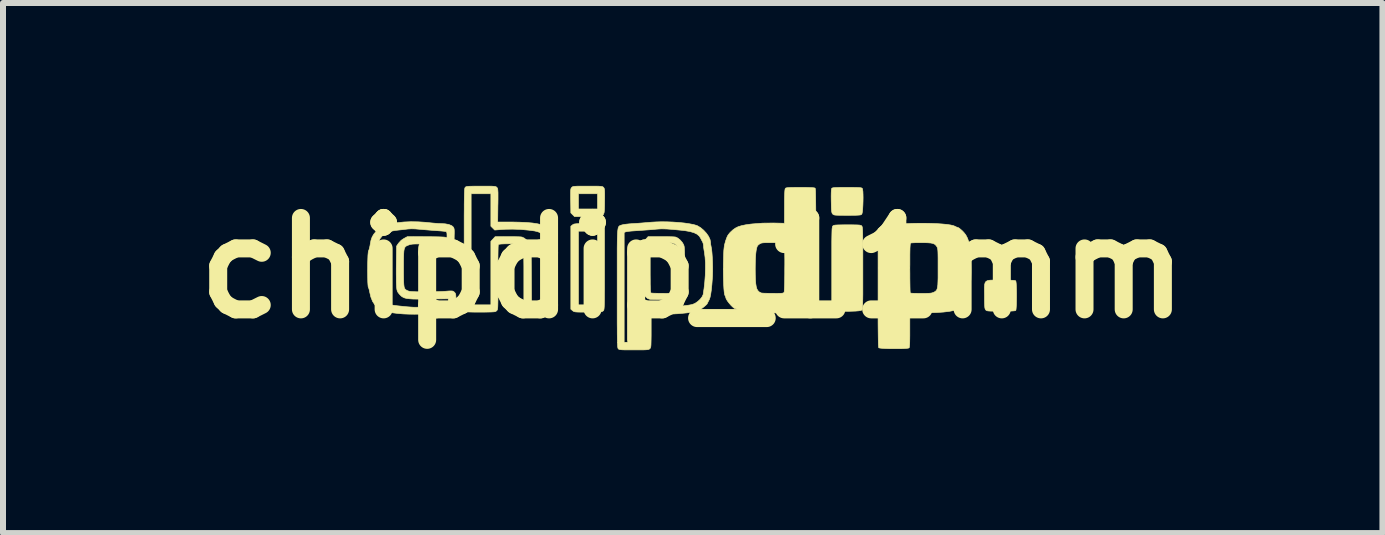
<source format=kicad_pcb>
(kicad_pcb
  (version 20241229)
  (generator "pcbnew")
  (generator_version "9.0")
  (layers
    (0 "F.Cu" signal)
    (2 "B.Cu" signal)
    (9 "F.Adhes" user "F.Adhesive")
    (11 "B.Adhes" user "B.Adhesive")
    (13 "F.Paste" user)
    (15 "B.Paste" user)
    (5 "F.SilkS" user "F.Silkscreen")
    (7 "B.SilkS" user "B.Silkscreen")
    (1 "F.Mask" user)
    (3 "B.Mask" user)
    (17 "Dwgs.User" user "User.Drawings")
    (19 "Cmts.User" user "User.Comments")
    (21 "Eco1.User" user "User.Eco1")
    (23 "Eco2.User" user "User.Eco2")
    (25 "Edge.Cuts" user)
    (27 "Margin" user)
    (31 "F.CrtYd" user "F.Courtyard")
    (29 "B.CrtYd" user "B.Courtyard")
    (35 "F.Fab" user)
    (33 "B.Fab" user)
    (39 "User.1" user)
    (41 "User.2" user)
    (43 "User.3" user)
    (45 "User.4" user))
  (footprint "chipdip_11mm"
    (layer "F.Cu")
    (at 8.498 1.418)
    (property "Reference" "chipdip_11mm" (at 0 0 0) (layer "F.SilkS") (effects (font (size 1.524 1.524) (thickness 0.3))))
    (attr through_hole)
    (fp_poly (pts (xy 5.079 0.201) (xy 5.143 0.201) (xy 5.227 0.201) (xy 5.292 0.203) (xy 5.338 0.205) (xy 5.368 0.208) (xy 5.383 0.213) (xy 5.385 0.214) (xy 5.389 0.229) (xy 5.393 0.261) (xy 5.395 0.306) (xy 5.397 0.362) (xy 5.398 0.423) (xy 5.398 0.487) (xy 5.397 0.549) (xy 5.396 0.606) (xy 5.393 0.653) (xy 5.39 0.688) (xy 5.386 0.706) (xy 5.385 0.707) (xy 5.373 0.712) (xy 5.346 0.715) (xy 5.304 0.718) (xy 5.243 0.719) (xy 5.164 0.72) (xy 5.138 0.72) (xy 5.061 0.72) (xy 5.003 0.719) (xy 4.96 0.718) (xy 4.93 0.716) (xy 4.91 0.713) (xy 4.898 0.709) (xy 4.889 0.703) (xy 4.884 0.698) (xy 4.878 0.689) (xy 4.873 0.677) (xy 4.869 0.657) (xy 4.867 0.628) (xy 4.865 0.586) (xy 4.864 0.529) (xy 4.864 0.459) (xy 4.863 0.381) (xy 4.863 0.321) (xy 4.866 0.276) (xy 4.875 0.243) (xy 4.891 0.222) (xy 4.917 0.209) (xy 4.955 0.203) (xy 5.009 0.201) (xy 5.079 0.201)) (stroke (width 0.01) (type solid)) (fill yes) (layer "F.SilkS"))
    (fp_poly (pts (xy 2.651 -1.344) (xy 2.711 -1.343) (xy 2.755 -1.342) (xy 2.786 -1.34) (xy 2.807 -1.337) (xy 2.819 -1.333) (xy 2.827 -1.327) (xy 2.827 -1.327) (xy 2.832 -1.309) (xy 2.837 -1.275) (xy 2.839 -1.227) (xy 2.84 -1.171) (xy 2.839 -1.112) (xy 2.837 -1.052) (xy 2.834 -0.996) (xy 2.83 -0.949) (xy 2.824 -0.914) (xy 2.818 -0.897) (xy 2.81 -0.891) (xy 2.799 -0.886) (xy 2.78 -0.883) (xy 2.752 -0.881) (xy 2.711 -0.879) (xy 2.654 -0.879) (xy 2.58 -0.878) (xy 2.577 -0.878) (xy 2.502 -0.879) (xy 2.446 -0.879) (xy 2.405 -0.88) (xy 2.377 -0.882) (xy 2.358 -0.885) (xy 2.346 -0.89) (xy 2.337 -0.896) (xy 2.333 -0.901) (xy 2.325 -0.911) (xy 2.32 -0.924) (xy 2.316 -0.944) (xy 2.313 -0.975) (xy 2.311 -1.018) (xy 2.31 -1.077) (xy 2.309 -1.118) (xy 2.308 -1.196) (xy 2.309 -1.255) (xy 2.311 -1.296) (xy 2.315 -1.32) (xy 2.318 -1.329) (xy 2.326 -1.334) (xy 2.342 -1.338) (xy 2.367 -1.341) (xy 2.406 -1.342) (xy 2.459 -1.344) (xy 2.53 -1.344) (xy 2.572 -1.344) (xy 2.651 -1.344)) (stroke (width 0.01) (type solid)) (fill yes) (layer "F.SilkS"))
    (fp_poly (pts (xy -1.673 -1.365) (xy -1.613 -1.365) (xy -1.569 -1.364) (xy -1.538 -1.362) (xy -1.516 -1.359) (xy -1.502 -1.356) (xy -1.493 -1.35) (xy -1.486 -1.343) (xy -1.486 -1.343) (xy -1.479 -1.334) (xy -1.474 -1.322) (xy -1.471 -1.305) (xy -1.469 -1.279) (xy -1.468 -1.241) (xy -1.468 -1.188) (xy -1.469 -1.117) (xy -1.469 -1.113) (xy -1.47 -1.035) (xy -1.472 -0.974) (xy -1.476 -0.929) (xy -1.486 -0.897) (xy -1.503 -0.876) (xy -1.53 -0.864) (xy -1.57 -0.858) (xy -1.625 -0.857) (xy -1.698 -0.857) (xy -1.744 -0.857) (xy -1.97 -0.857) (xy -2.001 -0.888) (xy -2.032 -0.919) (xy -2.034 -1.076) (xy -2.036 -1.154) (xy -2.036 -1.213) (xy -2.036 -1.238) (xy -1.905 -1.238) (xy -1.905 -0.984) (xy -1.587 -0.984) (xy -1.587 -1.238) (xy -1.905 -1.238) (xy -2.036 -1.238) (xy -2.036 -1.257) (xy -2.035 -1.289) (xy -2.033 -1.31) (xy -2.03 -1.324) (xy -2.025 -1.334) (xy -2.018 -1.342) (xy -2.016 -1.344) (xy -2.009 -1.351) (xy -2 -1.356) (xy -1.985 -1.36) (xy -1.963 -1.362) (xy -1.931 -1.364) (xy -1.885 -1.365) (xy -1.824 -1.365) (xy -1.752 -1.365) (xy -1.673 -1.365)) (stroke (width 0.01) (type solid)) (fill yes) (layer "F.SilkS"))
    (fp_poly (pts (xy -1.671 -0.741) (xy -1.614 -0.74) (xy -1.573 -0.739) (xy -1.543 -0.738) (xy -1.524 -0.735) (xy -1.511 -0.73) (xy -1.502 -0.724) (xy -1.494 -0.716) (xy -1.471 -0.692) (xy -1.471 0.002) (xy -1.471 0.14) (xy -1.471 0.258) (xy -1.471 0.359) (xy -1.472 0.443) (xy -1.472 0.512) (xy -1.473 0.567) (xy -1.474 0.611) (xy -1.475 0.644) (xy -1.477 0.669) (xy -1.479 0.686) (xy -1.482 0.698) (xy -1.485 0.706) (xy -1.489 0.711) (xy -1.493 0.715) (xy -1.502 0.721) (xy -1.514 0.726) (xy -1.532 0.73) (xy -1.559 0.732) (xy -1.598 0.734) (xy -1.652 0.735) (xy -1.724 0.735) (xy -1.744 0.735) (xy -1.819 0.735) (xy -1.876 0.735) (xy -1.918 0.734) (xy -1.948 0.732) (xy -1.968 0.729) (xy -1.982 0.725) (xy -1.993 0.718) (xy -2.003 0.711) (xy -2.032 0.686) (xy -2.032 -0.614) (xy -1.905 -0.614) (xy -1.905 0.614) (xy -1.587 0.614) (xy -1.587 -0.614) (xy -1.905 -0.614) (xy -2.032 -0.614) (xy -2.032 -0.697) (xy -2.004 -0.719) (xy -1.994 -0.726) (xy -1.982 -0.732) (xy -1.965 -0.735) (xy -1.94 -0.738) (xy -1.905 -0.74) (xy -1.856 -0.741) (xy -1.791 -0.741) (xy -1.747 -0.741) (xy -1.671 -0.741)) (stroke (width 0.01) (type solid)) (fill yes) (layer "F.SilkS"))
    (fp_poly (pts (xy 2.654 -0.72) (xy 2.71 -0.719) (xy 2.751 -0.718) (xy 2.779 -0.716) (xy 2.798 -0.712) (xy 2.81 -0.708) (xy 2.818 -0.701) (xy 2.819 -0.7) (xy 2.822 -0.695) (xy 2.825 -0.686) (xy 2.828 -0.673) (xy 2.83 -0.653) (xy 2.832 -0.625) (xy 2.833 -0.588) (xy 2.834 -0.539) (xy 2.835 -0.478) (xy 2.836 -0.403) (xy 2.836 -0.312) (xy 2.836 -0.204) (xy 2.836 -0.078) (xy 2.836 0.002) (xy 2.836 0.139) (xy 2.836 0.257) (xy 2.836 0.356) (xy 2.836 0.439) (xy 2.835 0.507) (xy 2.834 0.562) (xy 2.833 0.605) (xy 2.832 0.638) (xy 2.83 0.662) (xy 2.827 0.679) (xy 2.825 0.69) (xy 2.821 0.697) (xy 2.818 0.701) (xy 2.817 0.702) (xy 2.799 0.709) (xy 2.764 0.714) (xy 2.716 0.718) (xy 2.658 0.72) (xy 2.596 0.722) (xy 2.533 0.721) (xy 2.472 0.72) (xy 2.418 0.717) (xy 2.376 0.712) (xy 2.348 0.706) (xy 2.341 0.703) (xy 2.318 0.687) (xy 2.318 0.001) (xy 2.318 -0.137) (xy 2.318 -0.254) (xy 2.318 -0.354) (xy 2.318 -0.438) (xy 2.319 -0.506) (xy 2.32 -0.561) (xy 2.321 -0.604) (xy 2.322 -0.637) (xy 2.324 -0.661) (xy 2.327 -0.678) (xy 2.329 -0.689) (xy 2.332 -0.697) (xy 2.336 -0.701) (xy 2.337 -0.702) (xy 2.346 -0.708) (xy 2.36 -0.713) (xy 2.382 -0.716) (xy 2.414 -0.718) (xy 2.46 -0.719) (xy 2.523 -0.72) (xy 2.579 -0.72) (xy 2.654 -0.72)) (stroke (width 0.01) (type solid)) (fill yes) (layer "F.SilkS"))
    (fp_poly (pts (xy -0.461 -0.523) (xy -0.399 -0.522) (xy -0.347 -0.521) (xy -0.308 -0.519) (xy -0.285 -0.516) (xy -0.283 -0.516) (xy -0.247 -0.498) (xy -0.208 -0.466) (xy -0.174 -0.427) (xy -0.157 -0.398) (xy -0.151 -0.386) (xy -0.146 -0.372) (xy -0.142 -0.356) (xy -0.14 -0.334) (xy -0.138 -0.304) (xy -0.136 -0.263) (xy -0.135 -0.21) (xy -0.135 -0.142) (xy -0.135 -0.057) (xy -0.135 0.006) (xy -0.135 0.106) (xy -0.135 0.186) (xy -0.136 0.251) (xy -0.138 0.301) (xy -0.141 0.34) (xy -0.145 0.369) (xy -0.152 0.392) (xy -0.16 0.41) (xy -0.172 0.426) (xy -0.186 0.443) (xy -0.2 0.459) (xy -0.221 0.48) (xy -0.241 0.496) (xy -0.265 0.507) (xy -0.296 0.515) (xy -0.336 0.52) (xy -0.39 0.523) (xy -0.461 0.524) (xy -0.482 0.525) (xy -0.546 0.525) (xy -0.606 0.525) (xy -0.656 0.524) (xy -0.694 0.523) (xy -0.711 0.522) (xy -0.748 0.51) (xy -0.782 0.482) (xy -0.783 0.481) (xy -0.815 0.444) (xy -0.815 0.00025) (xy -0.709 0.00025) (xy -0.709 0.11) (xy -0.708 0.199) (xy -0.708 0.271) (xy -0.706 0.326) (xy -0.705 0.367) (xy -0.702 0.394) (xy -0.699 0.41) (xy -0.696 0.416) (xy -0.681 0.418) (xy -0.649 0.42) (xy -0.604 0.421) (xy -0.549 0.422) (xy -0.511 0.422) (xy -0.446 0.423) (xy -0.398 0.422) (xy -0.364 0.42) (xy -0.339 0.416) (xy -0.321 0.411) (xy -0.306 0.403) (xy -0.304 0.402) (xy -0.284 0.39) (xy -0.269 0.376) (xy -0.257 0.359) (xy -0.248 0.336) (xy -0.241 0.306) (xy -0.237 0.265) (xy -0.235 0.211) (xy -0.234 0.142) (xy -0.234 0.056) (xy -0.235 -0.011) (xy -0.236 -0.115) (xy -0.238 -0.2) (xy -0.242 -0.268) (xy -0.249 -0.32) (xy -0.26 -0.359) (xy -0.278 -0.387) (xy -0.303 -0.405) (xy -0.336 -0.416) (xy -0.379 -0.422) (xy -0.433 -0.423) (xy -0.499 -0.423) (xy -0.506 -0.423) (xy -0.565 -0.423) (xy -0.617 -0.422) (xy -0.658 -0.42) (xy -0.685 -0.418) (xy -0.692 -0.417) (xy -0.697 -0.413) (xy -0.7 -0.405) (xy -0.703 -0.39) (xy -0.705 -0.367) (xy -0.707 -0.333) (xy -0.708 -0.287) (xy -0.708 -0.226) (xy -0.709 -0.15) (xy -0.709 -0.054) (xy -0.709 0.00025) (xy -0.815 0.00025) (xy -0.815 -0.445) (xy -0.779 -0.484) (xy -0.744 -0.523) (xy -0.528 -0.523) (xy -0.461 -0.523)) (stroke (width 0.01) (type solid)) (fill yes) (layer "F.SilkS"))
    (fp_poly (pts (xy 1.878 -1.344) (xy 1.944 -1.342) (xy 1.991 -1.34) (xy 2.022 -1.337) (xy 2.038 -1.333) (xy 2.04 -1.331) (xy 2.043 -1.324) (xy 2.045 -1.307) (xy 2.047 -1.278) (xy 2.048 -1.237) (xy 2.049 -1.183) (xy 2.05 -1.114) (xy 2.051 -1.031) (xy 2.052 -0.931) (xy 2.053 -0.814) (xy 2.053 -0.679) (xy 2.053 -0.525) (xy 2.053 -0.35) (xy 2.053 0.644) (xy 2.029 0.671) (xy 2.019 0.682) (xy 2.004 0.69) (xy 1.984 0.698) (xy 1.956 0.704) (xy 1.917 0.711) (xy 1.865 0.717) (xy 1.798 0.724) (xy 1.713 0.731) (xy 1.667 0.735) (xy 1.521 0.745) (xy 1.369 0.749) (xy 1.22 0.749) (xy 1.078 0.743) (xy 0.95 0.732) (xy 0.942 0.731) (xy 0.876 0.722) (xy 0.82 0.713) (xy 0.778 0.703) (xy 0.755 0.695) (xy 0.728 0.683) (xy 0.707 0.677) (xy 0.706 0.677) (xy 0.689 0.669) (xy 0.664 0.648) (xy 0.635 0.619) (xy 0.606 0.585) (xy 0.58 0.551) (xy 0.562 0.522) (xy 0.555 0.506) (xy 0.547 0.478) (xy 0.538 0.458) (xy 0.537 0.458) (xy 0.531 0.439) (xy 0.525 0.401) (xy 0.52 0.348) (xy 0.516 0.281) (xy 0.513 0.204) (xy 0.511 0.118) (xy 0.51 0.026) (xy 0.511 0.016) (xy 1.042 0.016) (xy 1.043 0.116) (xy 1.046 0.197) (xy 1.051 0.261) (xy 1.059 0.311) (xy 1.07 0.349) (xy 1.086 0.376) (xy 1.106 0.397) (xy 1.132 0.411) (xy 1.143 0.416) (xy 1.159 0.418) (xy 1.191 0.42) (xy 1.237 0.421) (xy 1.293 0.422) (xy 1.336 0.422) (xy 1.401 0.423) (xy 1.448 0.422) (xy 1.481 0.421) (xy 1.502 0.418) (xy 1.514 0.414) (xy 1.521 0.407) (xy 1.524 0.403) (xy 1.526 0.388) (xy 1.528 0.355) (xy 1.53 0.307) (xy 1.532 0.246) (xy 1.533 0.176) (xy 1.534 0.1) (xy 1.534 0.019) (xy 1.535 -0.062) (xy 1.535 -0.14) (xy 1.534 -0.214) (xy 1.533 -0.279) (xy 1.532 -0.333) (xy 1.531 -0.373) (xy 1.528 -0.397) (xy 1.528 -0.4) (xy 1.525 -0.408) (xy 1.52 -0.414) (xy 1.509 -0.419) (xy 1.489 -0.421) (xy 1.458 -0.423) (xy 1.413 -0.423) (xy 1.349 -0.423) (xy 1.335 -0.423) (xy 1.267 -0.423) (xy 1.218 -0.423) (xy 1.182 -0.421) (xy 1.157 -0.418) (xy 1.139 -0.414) (xy 1.125 -0.407) (xy 1.11 -0.398) (xy 1.091 -0.383) (xy 1.078 -0.367) (xy 1.069 -0.344) (xy 1.061 -0.308) (xy 1.057 -0.289) (xy 1.051 -0.237) (xy 1.046 -0.166) (xy 1.043 -0.077) (xy 1.042 0.016) (xy 0.511 0.016) (xy 0.511 -0.068) (xy 0.512 -0.094) (xy 0.514 -0.176) (xy 0.516 -0.24) (xy 0.518 -0.29) (xy 0.522 -0.329) (xy 0.526 -0.361) (xy 0.531 -0.39) (xy 0.539 -0.418) (xy 0.547 -0.448) (xy 0.564 -0.497) (xy 0.579 -0.533) (xy 0.597 -0.561) (xy 0.622 -0.591) (xy 0.63 -0.599) (xy 0.67 -0.636) (xy 0.712 -0.666) (xy 0.758 -0.689) (xy 0.814 -0.706) (xy 0.881 -0.72) (xy 0.965 -0.732) (xy 0.995 -0.735) (xy 1.166 -0.748) (xy 1.34 -0.75) (xy 1.349 -0.75) (xy 1.529 -0.746) (xy 1.53 -1.028) (xy 1.53 -1.118) (xy 1.531 -1.189) (xy 1.533 -1.243) (xy 1.535 -1.281) (xy 1.538 -1.307) (xy 1.542 -1.323) (xy 1.544 -1.327) (xy 1.551 -1.333) (xy 1.564 -1.337) (xy 1.585 -1.34) (xy 1.616 -1.342) (xy 1.661 -1.343) (xy 1.722 -1.344) (xy 1.793 -1.344) (xy 1.878 -1.344)) (stroke (width 0.01) (type solid)) (fill yes) (layer "F.SilkS"))
    (fp_poly (pts (xy 3.974 -0.744) (xy 4.071 -0.74) (xy 4.159 -0.734) (xy 4.236 -0.727) (xy 4.3 -0.717) (xy 4.346 -0.706) (xy 4.369 -0.697) (xy 4.395 -0.684) (xy 4.413 -0.678) (xy 4.415 -0.677) (xy 4.434 -0.67) (xy 4.461 -0.649) (xy 4.493 -0.621) (xy 4.524 -0.588) (xy 4.55 -0.555) (xy 4.556 -0.545) (xy 4.581 -0.497) (xy 4.599 -0.445) (xy 4.603 -0.43) (xy 4.61 -0.395) (xy 4.616 -0.369) (xy 4.62 -0.359) (xy 4.624 -0.342) (xy 4.628 -0.308) (xy 4.631 -0.259) (xy 4.634 -0.199) (xy 4.636 -0.132) (xy 4.638 -0.06) (xy 4.639 0.012) (xy 4.639 0.081) (xy 4.637 0.144) (xy 4.636 0.194) (xy 4.627 0.306) (xy 4.616 0.399) (xy 4.601 0.471) (xy 4.583 0.522) (xy 4.572 0.542) (xy 4.557 0.565) (xy 4.551 0.58) (xy 4.551 0.581) (xy 4.542 0.595) (xy 4.52 0.616) (xy 4.487 0.64) (xy 4.45 0.665) (xy 4.413 0.685) (xy 4.403 0.69) (xy 4.348 0.709) (xy 4.275 0.723) (xy 4.182 0.734) (xy 4.068 0.742) (xy 3.935 0.746) (xy 3.855 0.746) (xy 3.619 0.746) (xy 3.619 1.032) (xy 3.619 1.126) (xy 3.618 1.2) (xy 3.617 1.256) (xy 3.614 1.296) (xy 3.611 1.32) (xy 3.607 1.331) (xy 3.607 1.331) (xy 3.592 1.336) (xy 3.559 1.34) (xy 3.513 1.343) (xy 3.457 1.345) (xy 3.395 1.345) (xy 3.331 1.345) (xy 3.268 1.344) (xy 3.21 1.342) (xy 3.161 1.339) (xy 3.124 1.335) (xy 3.104 1.331) (xy 3.101 1.329) (xy 3.099 1.321) (xy 3.097 1.303) (xy 3.095 1.273) (xy 3.094 1.23) (xy 3.093 1.174) (xy 3.092 1.104) (xy 3.091 1.018) (xy 3.09 0.916) (xy 3.09 0.797) (xy 3.09 0.659) (xy 3.09 0.502) (xy 3.09 0.331) (xy 3.09 -0.001) (xy 3.619 -0.001) (xy 3.62 0.091) (xy 3.62 0.175) (xy 3.621 0.25) (xy 3.622 0.315) (xy 3.623 0.365) (xy 3.625 0.399) (xy 3.626 0.415) (xy 3.627 0.416) (xy 3.639 0.419) (xy 3.669 0.421) (xy 3.713 0.422) (xy 3.766 0.423) (xy 3.807 0.423) (xy 3.874 0.423) (xy 3.923 0.422) (xy 3.958 0.42) (xy 3.984 0.416) (xy 4.004 0.41) (xy 4.021 0.403) (xy 4.039 0.393) (xy 4.054 0.381) (xy 4.066 0.367) (xy 4.075 0.346) (xy 4.081 0.318) (xy 4.086 0.28) (xy 4.088 0.23) (xy 4.09 0.165) (xy 4.09 0.083) (xy 4.09 -0.005) (xy 4.09 -0.096) (xy 4.09 -0.169) (xy 4.089 -0.225) (xy 4.088 -0.267) (xy 4.086 -0.298) (xy 4.083 -0.321) (xy 4.079 -0.337) (xy 4.074 -0.349) (xy 4.07 -0.356) (xy 4.053 -0.379) (xy 4.033 -0.397) (xy 4.006 -0.409) (xy 3.969 -0.417) (xy 3.918 -0.421) (xy 3.851 -0.423) (xy 3.816 -0.423) (xy 3.758 -0.423) (xy 3.707 -0.422) (xy 3.667 -0.42) (xy 3.642 -0.418) (xy 3.636 -0.417) (xy 3.632 -0.413) (xy 3.628 -0.405) (xy 3.626 -0.39) (xy 3.624 -0.367) (xy 3.622 -0.333) (xy 3.621 -0.287) (xy 3.62 -0.226) (xy 3.62 -0.149) (xy 3.62 -0.054) (xy 3.619 -0.001) (xy 3.09 -0.001) (xy 3.09 -0.651) (xy 3.121 -0.679) (xy 3.145 -0.697) (xy 3.174 -0.707) (xy 3.217 -0.713) (xy 3.219 -0.713) (xy 3.254 -0.716) (xy 3.304 -0.72) (xy 3.364 -0.725) (xy 3.427 -0.73) (xy 3.45 -0.732) (xy 3.551 -0.739) (xy 3.656 -0.744) (xy 3.764 -0.746) (xy 3.87 -0.746) (xy 3.974 -0.744)) (stroke (width 0.01) (type solid)) (fill yes) (layer "F.SilkS"))
    (fp_poly (pts (xy -0.427 -0.77) (xy -0.328 -0.766) (xy -0.23 -0.759) (xy -0.139 -0.75) (xy -0.057 -0.738) (xy 0.012 -0.725) (xy 0.064 -0.71) (xy 0.077 -0.705) (xy 0.131 -0.673) (xy 0.182 -0.63) (xy 0.228 -0.58) (xy 0.265 -0.527) (xy 0.289 -0.474) (xy 0.297 -0.43) (xy 0.299 -0.397) (xy 0.306 -0.36) (xy 0.307 -0.355) (xy 0.315 -0.313) (xy 0.321 -0.254) (xy 0.326 -0.183) (xy 0.33 -0.104) (xy 0.332 -0.022) (xy 0.332 0.059) (xy 0.33 0.135) (xy 0.327 0.175) (xy 0.319 0.28) (xy 0.31 0.367) (xy 0.3 0.436) (xy 0.289 0.489) (xy 0.275 0.528) (xy 0.267 0.543) (xy 0.253 0.57) (xy 0.244 0.588) (xy 0.243 0.592) (xy 0.235 0.604) (xy 0.215 0.623) (xy 0.187 0.647) (xy 0.157 0.67) (xy 0.13 0.688) (xy 0.112 0.698) (xy 0.108 0.699) (xy 0.087 0.705) (xy 0.074 0.715) (xy 0.054 0.723) (xy 0.017 0.732) (xy -0.035 0.74) (xy -0.099 0.748) (xy -0.172 0.755) (xy -0.251 0.762) (xy -0.331 0.766) (xy -0.412 0.77) (xy -0.488 0.771) (xy -0.55 0.771) (xy -0.693 0.767) (xy -0.693 1.044) (xy -0.693 1.128) (xy -0.694 1.194) (xy -0.695 1.243) (xy -0.696 1.279) (xy -0.698 1.305) (xy -0.702 1.322) (xy -0.706 1.333) (xy -0.712 1.342) (xy -0.713 1.343) (xy -0.721 1.35) (xy -0.73 1.355) (xy -0.744 1.359) (xy -0.765 1.362) (xy -0.796 1.364) (xy -0.84 1.365) (xy -0.9 1.365) (xy -0.979 1.365) (xy -0.979 1.365) (xy -1.058 1.365) (xy -1.118 1.365) (xy -1.163 1.364) (xy -1.194 1.362) (xy -1.216 1.359) (xy -1.229 1.355) (xy -1.238 1.35) (xy -1.242 1.346) (xy -1.245 1.341) (xy -1.247 1.334) (xy -1.25 1.322) (xy -1.252 1.304) (xy -1.253 1.28) (xy -1.255 1.248) (xy -1.256 1.206) (xy -1.257 1.154) (xy -1.258 1.089) (xy -1.258 1.012) (xy -1.259 0.92) (xy -1.259 0.812) (xy -1.259 0.687) (xy -1.259 0.544) (xy -1.259 0.381) (xy -1.259 0.338) (xy -1.259 0.167) (xy -1.259 0.017) (xy -1.259 -0.115) (xy -1.259 -0.229) (xy -1.259 -0.327) (xy -1.258 -0.41) (xy -1.257 -0.48) (xy -1.255 -0.538) (xy -1.253 -0.584) (xy -1.252 -0.593) (xy -1.143 -0.593) (xy -1.143 1.238) (xy -0.815 1.238) (xy -0.815 0.7) (xy -0.788 0.668) (xy -0.767 0.647) (xy -0.746 0.638) (xy -0.715 0.635) (xy -0.708 0.635) (xy -0.668 0.637) (xy -0.62 0.641) (xy -0.582 0.646) (xy -0.533 0.651) (xy -0.473 0.652) (xy -0.398 0.649) (xy -0.358 0.646) (xy -0.263 0.639) (xy -0.187 0.633) (xy -0.127 0.627) (xy -0.08 0.621) (xy -0.043 0.615) (xy -0.014 0.609) (xy 0.01 0.601) (xy 0.031 0.592) (xy 0.043 0.586) (xy 0.084 0.558) (xy 0.122 0.523) (xy 0.153 0.485) (xy 0.171 0.449) (xy 0.174 0.441) (xy 0.189 0.341) (xy 0.201 0.234) (xy 0.209 0.124) (xy 0.212 0.015) (xy 0.212 -0.087) (xy 0.206 -0.178) (xy 0.196 -0.254) (xy 0.196 -0.258) (xy 0.188 -0.302) (xy 0.182 -0.343) (xy 0.18 -0.371) (xy 0.18 -0.374) (xy 0.175 -0.407) (xy 0.165 -0.434) (xy 0.149 -0.463) (xy 0.134 -0.493) (xy 0.109 -0.532) (xy 0.072 -0.564) (xy 0.021 -0.589) (xy -0.046 -0.608) (xy -0.131 -0.623) (xy -0.184 -0.629) (xy -0.279 -0.638) (xy -0.356 -0.645) (xy -0.42 -0.65) (xy -0.472 -0.652) (xy -0.518 -0.653) (xy -0.56 -0.651) (xy -0.602 -0.648) (xy -0.624 -0.646) (xy -0.676 -0.641) (xy -0.741 -0.636) (xy -0.813 -0.631) (xy -0.885 -0.626) (xy -0.911 -0.624) (xy -0.972 -0.62) (xy -1.027 -0.616) (xy -1.073 -0.611) (xy -1.104 -0.606) (xy -1.115 -0.604) (xy -1.143 -0.593) (xy -1.252 -0.593) (xy -1.25 -0.621) (xy -1.246 -0.649) (xy -1.242 -0.67) (xy -1.236 -0.685) (xy -1.229 -0.695) (xy -1.222 -0.702) (xy -1.213 -0.707) (xy -1.203 -0.711) (xy -1.191 -0.715) (xy -1.188 -0.716) (xy -1.161 -0.723) (xy -1.117 -0.73) (xy -1.059 -0.736) (xy -0.991 -0.741) (xy -0.991 -0.741) (xy -0.921 -0.745) (xy -0.844 -0.751) (xy -0.771 -0.757) (xy -0.709 -0.762) (xy -0.704 -0.763) (xy -0.619 -0.768) (xy -0.525 -0.771) (xy -0.427 -0.77)) (stroke (width 0.01) (type solid)) (fill yes) (layer "F.SilkS"))
    (fp_poly (pts (xy -3.45 -1.365) (xy -3.39 -1.365) (xy -3.346 -1.364) (xy -3.315 -1.362) (xy -3.294 -1.359) (xy -3.28 -1.355) (xy -3.271 -1.35) (xy -3.264 -1.343) (xy -3.258 -1.335) (xy -3.253 -1.325) (xy -3.25 -1.31) (xy -3.248 -1.287) (xy -3.246 -1.255) (xy -3.246 -1.209) (xy -3.246 -1.149) (xy -3.247 -1.07) (xy -3.248 -1.044) (xy -3.251 -0.767) (xy -3.02 -0.767) (xy -2.889 -0.764) (xy -2.772 -0.759) (xy -2.67 -0.75) (xy -2.586 -0.737) (xy -2.52 -0.722) (xy -2.484 -0.71) (xy -2.432 -0.678) (xy -2.379 -0.632) (xy -2.331 -0.578) (xy -2.294 -0.521) (xy -2.291 -0.513) (xy -2.26 -0.45) (xy -2.256 0.122) (xy -2.256 0.247) (xy -2.255 0.352) (xy -2.255 0.439) (xy -2.255 0.51) (xy -2.255 0.567) (xy -2.256 0.612) (xy -2.257 0.645) (xy -2.259 0.67) (xy -2.261 0.687) (xy -2.264 0.698) (xy -2.267 0.706) (xy -2.272 0.711) (xy -2.275 0.714) (xy -2.284 0.721) (xy -2.296 0.726) (xy -2.314 0.73) (xy -2.34 0.732) (xy -2.378 0.734) (xy -2.431 0.735) (xy -2.501 0.735) (xy -2.527 0.735) (xy -2.757 0.736) (xy -2.815 0.684) (xy -2.815 0.189) (xy -2.815 0.07) (xy -2.815 -0.03) (xy -2.816 -0.112) (xy -2.817 -0.179) (xy -2.819 -0.232) (xy -2.821 -0.274) (xy -2.825 -0.305) (xy -2.831 -0.329) (xy -2.837 -0.346) (xy -2.846 -0.359) (xy -2.856 -0.37) (xy -2.869 -0.38) (xy -2.876 -0.385) (xy -2.888 -0.392) (xy -2.904 -0.398) (xy -2.927 -0.401) (xy -2.961 -0.403) (xy -3.01 -0.404) (xy -3.066 -0.404) (xy -3.135 -0.403) (xy -3.184 -0.401) (xy -3.217 -0.398) (xy -3.235 -0.393) (xy -3.241 -0.389) (xy -3.242 -0.376) (xy -3.244 -0.344) (xy -3.245 -0.295) (xy -3.246 -0.231) (xy -3.247 -0.154) (xy -3.248 -0.066) (xy -3.248 0.03) (xy -3.248 0.134) (xy -3.248 0.157) (xy -3.247 0.277) (xy -3.247 0.377) (xy -3.247 0.46) (xy -3.247 0.527) (xy -3.248 0.58) (xy -3.249 0.621) (xy -3.25 0.651) (xy -3.252 0.673) (xy -3.255 0.688) (xy -3.258 0.698) (xy -3.262 0.705) (xy -3.267 0.711) (xy -3.268 0.712) (xy -3.277 0.719) (xy -3.287 0.725) (xy -3.303 0.729) (xy -3.326 0.731) (xy -3.36 0.733) (xy -3.408 0.734) (xy -3.473 0.735) (xy -3.511 0.735) (xy -3.579 0.735) (xy -3.64 0.735) (xy -3.691 0.734) (xy -3.729 0.733) (xy -3.75 0.732) (xy -3.753 0.732) (xy -3.777 0.722) (xy -3.791 0.712) (xy -3.795 0.708) (xy -3.797 0.702) (xy -3.8 0.692) (xy -3.802 0.678) (xy -3.804 0.657) (xy -3.805 0.628) (xy -3.806 0.592) (xy -3.807 0.545) (xy -3.808 0.487) (xy -3.809 0.416) (xy -3.809 0.332) (xy -3.81 0.232) (xy -3.81 0.116) (xy -3.81 -0.017) (xy -3.81 -0.169) (xy -3.81 -0.318) (xy -3.81 -0.487) (xy -3.81 -0.636) (xy -3.81 -0.767) (xy -3.81 -0.88) (xy -3.809 -0.977) (xy -3.809 -1.06) (xy -3.808 -1.129) (xy -3.807 -1.185) (xy -3.806 -1.231) (xy -3.806 -1.238) (xy -3.694 -1.238) (xy -3.694 0.614) (xy -3.365 0.614) (xy -3.365 -0.445) (xy -3.294 -0.522) (xy -3.084 -0.523) (xy -3.017 -0.523) (xy -2.957 -0.522) (xy -2.905 -0.521) (xy -2.867 -0.519) (xy -2.846 -0.516) (xy -2.845 -0.516) (xy -2.806 -0.497) (xy -2.766 -0.463) (xy -2.728 -0.418) (xy -2.722 -0.408) (xy -2.693 -0.365) (xy -2.687 0.614) (xy -2.369 0.614) (xy -2.373 0.114) (xy -2.377 -0.386) (xy -2.41 -0.454) (xy -2.433 -0.497) (xy -2.451 -0.526) (xy -2.469 -0.546) (xy -2.493 -0.563) (xy -2.528 -0.582) (xy -2.533 -0.584) (xy -2.564 -0.598) (xy -2.597 -0.609) (xy -2.636 -0.618) (xy -2.687 -0.625) (xy -2.735 -0.631) (xy -2.875 -0.644) (xy -3.003 -0.648) (xy -3.126 -0.646) (xy -3.188 -0.642) (xy -3.301 -0.633) (xy -3.365 -0.697) (xy -3.365 -1.238) (xy -3.694 -1.238) (xy -3.806 -1.238) (xy -3.805 -1.266) (xy -3.804 -1.294) (xy -3.802 -1.314) (xy -3.8 -1.328) (xy -3.797 -1.337) (xy -3.794 -1.343) (xy -3.791 -1.347) (xy -3.791 -1.348) (xy -3.782 -1.353) (xy -3.769 -1.358) (xy -3.748 -1.361) (xy -3.717 -1.363) (xy -3.673 -1.364) (xy -3.614 -1.365) (xy -3.536 -1.365) (xy -3.528 -1.365) (xy -3.45 -1.365)) (stroke (width 0.01) (type solid)) (fill yes) (layer "F.SilkS"))
    (fp_poly (pts (xy -4.578 -0.77) (xy -4.454 -0.762) (xy -4.408 -0.757) (xy -4.349 -0.751) (xy -4.291 -0.746) (xy -4.241 -0.742) (xy -4.206 -0.741) (xy -4.129 -0.737) (xy -4.067 -0.726) (xy -4.02 -0.707) (xy -4.001 -0.693) (xy -3.989 -0.68) (xy -3.982 -0.667) (xy -3.977 -0.648) (xy -3.975 -0.62) (xy -3.975 -0.578) (xy -3.976 -0.544) (xy -3.977 -0.481) (xy -3.982 -0.436) (xy -3.991 -0.407) (xy -4.006 -0.391) (xy -4.03 -0.384) (xy -4.064 -0.384) (xy -4.08 -0.385) (xy -4.108 -0.387) (xy -4.154 -0.389) (xy -4.213 -0.392) (xy -4.283 -0.394) (xy -4.358 -0.397) (xy -4.41 -0.398) (xy -4.494 -0.4) (xy -4.56 -0.401) (xy -4.611 -0.401) (xy -4.649 -0.4) (xy -4.677 -0.398) (xy -4.7 -0.394) (xy -4.718 -0.39) (xy -4.728 -0.386) (xy -4.753 -0.377) (xy -4.773 -0.368) (xy -4.789 -0.356) (xy -4.801 -0.34) (xy -4.809 -0.316) (xy -4.815 -0.284) (xy -4.818 -0.239) (xy -4.82 -0.181) (xy -4.821 -0.107) (xy -4.821 -0.014) (xy -4.821 0) (xy -4.821 0.095) (xy -4.82 0.171) (xy -4.819 0.23) (xy -4.816 0.276) (xy -4.812 0.309) (xy -4.806 0.333) (xy -4.797 0.349) (xy -4.785 0.361) (xy -4.77 0.37) (xy -4.754 0.378) (xy -4.738 0.384) (xy -4.719 0.389) (xy -4.692 0.392) (xy -4.655 0.394) (xy -4.606 0.396) (xy -4.541 0.396) (xy -4.471 0.397) (xy -4.393 0.396) (xy -4.314 0.395) (xy -4.24 0.393) (xy -4.175 0.391) (xy -4.125 0.388) (xy -4.114 0.387) (xy -4.064 0.383) (xy -4.03 0.382) (xy -4.008 0.383) (xy -3.993 0.388) (xy -3.981 0.396) (xy -3.974 0.402) (xy -3.962 0.415) (xy -3.955 0.428) (xy -3.95 0.448) (xy -3.948 0.478) (xy -3.948 0.524) (xy -3.948 0.54) (xy -3.948 0.59) (xy -3.949 0.624) (xy -3.953 0.646) (xy -3.959 0.661) (xy -3.97 0.673) (xy -3.977 0.679) (xy -4 0.699) (xy -4.023 0.714) (xy -4.051 0.724) (xy -4.087 0.731) (xy -4.137 0.737) (xy -4.188 0.741) (xy -4.251 0.746) (xy -4.318 0.752) (xy -4.379 0.758) (xy -4.419 0.762) (xy -4.479 0.766) (xy -4.555 0.769) (xy -4.639 0.77) (xy -4.725 0.769) (xy -4.808 0.766) (xy -4.826 0.765) (xy -4.912 0.758) (xy -4.993 0.748) (xy -5.066 0.736) (xy -5.127 0.723) (xy -5.171 0.708) (xy -5.181 0.704) (xy -5.246 0.663) (xy -5.298 0.615) (xy -5.337 0.556) (xy -5.366 0.483) (xy -5.387 0.393) (xy -5.391 0.372) (xy -5.398 0.344) (xy -5.407 0.325) (xy -5.407 0.325) (xy -5.411 0.31) (xy -5.414 0.278) (xy -5.417 0.232) (xy -5.418 0.174) (xy -5.419 0.109) (xy -5.42 0.039) (xy -5.419 0.01) (xy -5.291 0.01) (xy -5.289 0.094) (xy -5.285 0.177) (xy -5.278 0.255) (xy -5.271 0.323) (xy -5.262 0.374) (xy -5.243 0.445) (xy -5.218 0.5) (xy -5.187 0.544) (xy -5.144 0.576) (xy -5.089 0.6) (xy -5.018 0.617) (xy -4.929 0.629) (xy -4.921 0.63) (xy -4.835 0.639) (xy -4.766 0.646) (xy -4.711 0.65) (xy -4.668 0.653) (xy -4.632 0.654) (xy -4.6 0.654) (xy -4.569 0.652) (xy -4.535 0.649) (xy -4.508 0.646) (xy -4.462 0.641) (xy -4.402 0.635) (xy -4.337 0.63) (xy -4.274 0.625) (xy -4.205 0.62) (xy -4.154 0.615) (xy -4.118 0.611) (xy -4.095 0.604) (xy -4.082 0.596) (xy -4.076 0.584) (xy -4.075 0.568) (xy -4.075 0.557) (xy -4.075 0.513) (xy -4.399 0.517) (xy -4.505 0.518) (xy -4.592 0.518) (xy -4.663 0.517) (xy -4.719 0.513) (xy -4.764 0.508) (xy -4.799 0.5) (xy -4.826 0.489) (xy -4.85 0.475) (xy -4.87 0.457) (xy -4.889 0.437) (xy -4.911 0.41) (xy -4.924 0.387) (xy -4.932 0.358) (xy -4.937 0.317) (xy -4.937 0.312) (xy -4.939 0.281) (xy -4.941 0.232) (xy -4.941 0.169) (xy -4.942 0.096) (xy -4.942 0.017) (xy -4.941 -0.066) (xy -4.937 -0.365) (xy -4.905 -0.413) (xy -4.86 -0.462) (xy -4.815 -0.492) (xy -4.757 -0.523) (xy -4.461 -0.522) (xy -4.382 -0.522) (xy -4.308 -0.521) (xy -4.244 -0.52) (xy -4.19 -0.518) (xy -4.152 -0.516) (xy -4.131 -0.514) (xy -4.13 -0.514) (xy -4.096 -0.506) (xy -4.096 -0.554) (xy -4.098 -0.586) (xy -4.106 -0.603) (xy -4.115 -0.608) (xy -4.133 -0.611) (xy -4.167 -0.615) (xy -4.213 -0.619) (xy -4.267 -0.623) (xy -4.282 -0.624) (xy -4.351 -0.629) (xy -4.426 -0.635) (xy -4.499 -0.641) (xy -4.554 -0.646) (xy -4.625 -0.652) (xy -4.685 -0.654) (xy -4.744 -0.651) (xy -4.787 -0.646) (xy -4.843 -0.639) (xy -4.901 -0.633) (xy -4.952 -0.627) (xy -4.969 -0.625) (xy -5.047 -0.609) (xy -5.116 -0.58) (xy -5.172 -0.54) (xy -5.21 -0.493) (xy -5.23 -0.45) (xy -5.246 -0.4) (xy -5.251 -0.376) (xy -5.259 -0.328) (xy -5.27 -0.275) (xy -5.277 -0.247) (xy -5.284 -0.204) (xy -5.289 -0.143) (xy -5.291 -0.071) (xy -5.291 0.01) (xy -5.419 0.01) (xy -5.419 -0.031) (xy -5.418 -0.099) (xy -5.416 -0.161) (xy -5.414 -0.214) (xy -5.41 -0.255) (xy -5.407 -0.28) (xy -5.405 -0.285) (xy -5.397 -0.303) (xy -5.388 -0.335) (xy -5.379 -0.377) (xy -5.377 -0.392) (xy -5.364 -0.461) (xy -5.345 -0.516) (xy -5.317 -0.564) (xy -5.277 -0.612) (xy -5.267 -0.623) (xy -5.224 -0.661) (xy -5.174 -0.695) (xy -5.123 -0.721) (xy -5.077 -0.738) (xy -5.052 -0.741) (xy -5.028 -0.742) (xy -4.989 -0.747) (xy -4.942 -0.753) (xy -4.915 -0.757) (xy -4.815 -0.767) (xy -4.7 -0.772) (xy -4.578 -0.77)) (stroke (width 0.01) (type solid)) (fill yes) (layer "F.SilkS")))
  (gr_rect
    (start -3 -3)
    (end 19.996 5.836)
    (stroke (width 0.1) (type default))
    (fill no)
    (layer "Edge.Cuts")))
</source>
